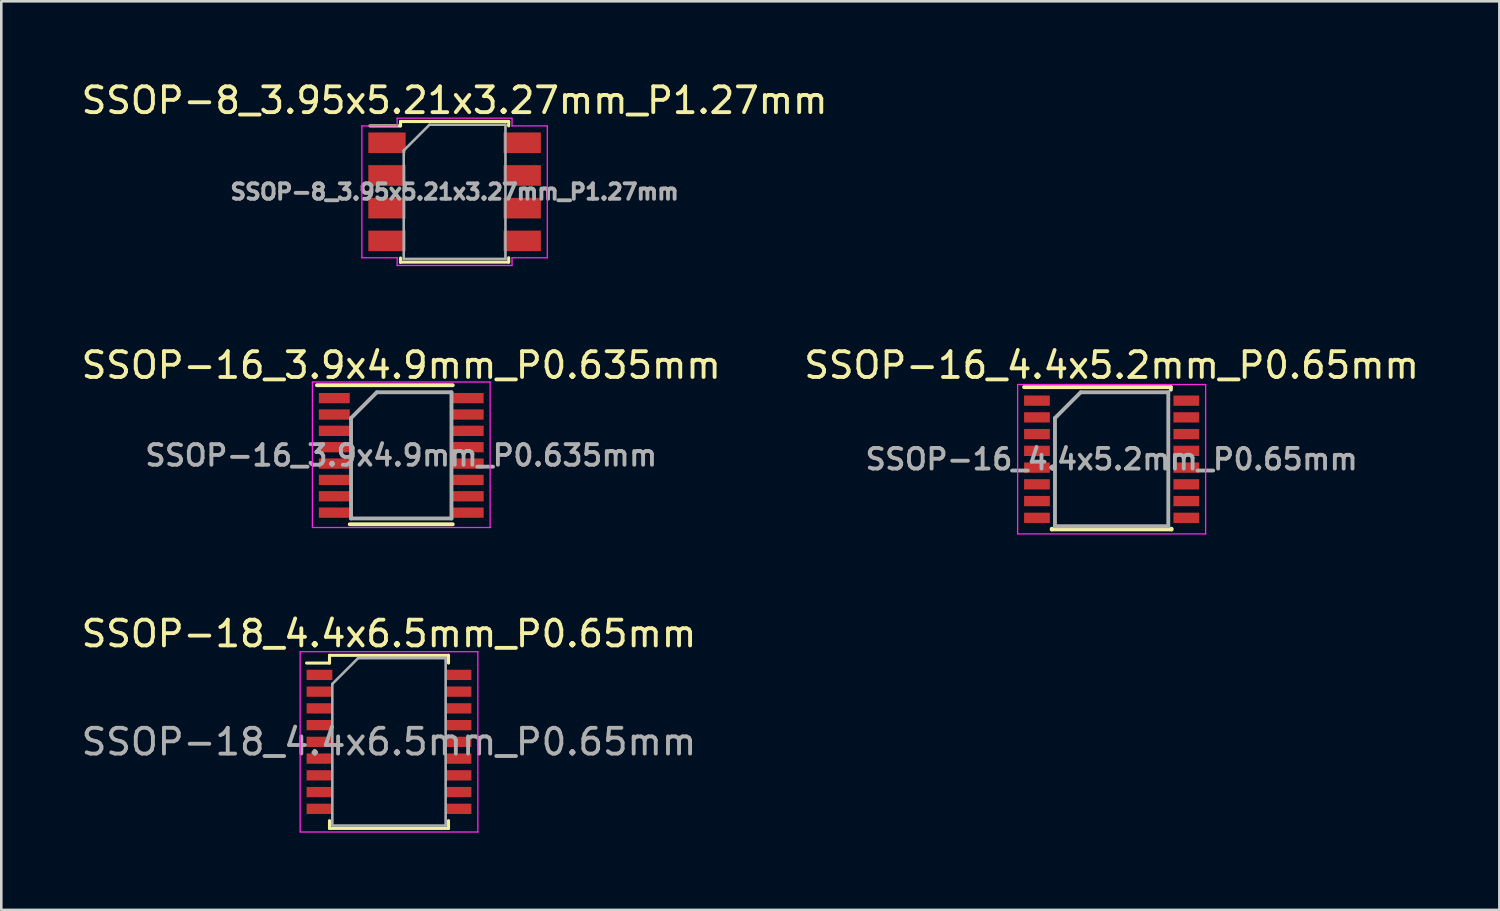
<source format=kicad_pcb>
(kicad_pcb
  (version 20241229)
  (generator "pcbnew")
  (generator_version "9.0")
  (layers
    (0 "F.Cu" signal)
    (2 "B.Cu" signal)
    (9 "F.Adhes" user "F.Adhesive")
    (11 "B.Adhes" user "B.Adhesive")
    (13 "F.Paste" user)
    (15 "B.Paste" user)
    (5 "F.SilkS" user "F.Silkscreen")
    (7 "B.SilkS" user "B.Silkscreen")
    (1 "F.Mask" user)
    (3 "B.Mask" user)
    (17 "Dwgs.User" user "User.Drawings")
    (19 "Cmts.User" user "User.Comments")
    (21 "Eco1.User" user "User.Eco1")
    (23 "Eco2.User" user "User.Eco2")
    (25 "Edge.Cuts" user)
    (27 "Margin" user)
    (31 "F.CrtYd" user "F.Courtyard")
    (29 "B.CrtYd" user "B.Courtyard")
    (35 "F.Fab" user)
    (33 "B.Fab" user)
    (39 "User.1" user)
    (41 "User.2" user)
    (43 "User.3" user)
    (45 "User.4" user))
  (footprint "SSOP-8_3.95x5.21x3.27mm_P1.27mm"
    (layer "F.Cu")
    (at 14.601 4.398)
    (property "Reference" "SSOP-8_3.95x5.21x3.27mm_P1.27mm" (at 0 -3.55 0) (layer "F.SilkS") (effects (font (size 1 1) (thickness 0.15))))
    (attr smd)
    (fp_line (start -2.1 -2.73) (end -2.1 -2.56) (stroke (width 0.12) (type solid)) (layer "F.SilkS"))
    (fp_line (start -2.1 -2.56) (end -3.29 -2.56) (stroke (width 0.12) (type solid)) (layer "F.SilkS"))
    (fp_line (start -2.1 2.57) (end -2.1 2.74) (stroke (width 0.12) (type solid)) (layer "F.SilkS"))
    (fp_line (start 2.1 -2.73) (end -2.1 -2.73) (stroke (width 0.12) (type solid)) (layer "F.SilkS"))
    (fp_line (start 2.1 -2.73) (end 2.1 -2.56) (stroke (width 0.12) (type solid)) (layer "F.SilkS"))
    (fp_line (start 2.1 2.56) (end 2.1 2.73) (stroke (width 0.12) (type solid)) (layer "F.SilkS"))
    (fp_line (start 2.1 2.73) (end -2.1 2.73) (stroke (width 0.12) (type solid)) (layer "F.SilkS"))
    (fp_line (start -3.6 -2.56) (end -2.23 -2.56) (stroke (width 0.05) (type solid)) (layer "F.CrtYd"))
    (fp_line (start -3.6 2.56) (end -3.6 -2.56) (stroke (width 0.05) (type solid)) (layer "F.CrtYd"))
    (fp_line (start -3.6 2.56) (end -2.23 2.56) (stroke (width 0.05) (type solid)) (layer "F.CrtYd"))
    (fp_line (start -2.23 -2.86) (end 2.23 -2.86) (stroke (width 0.05) (type solid)) (layer "F.CrtYd"))
    (fp_line (start -2.23 -2.56) (end -2.23 -2.86) (stroke (width 0.05) (type solid)) (layer "F.CrtYd"))
    (fp_line (start -2.23 2.86) (end -2.23 2.56) (stroke (width 0.05) (type solid)) (layer "F.CrtYd"))
    (fp_line (start 2.23 -2.56) (end 3.6 -2.56) (stroke (width 0.05) (type solid)) (layer "F.CrtYd"))
    (fp_line (start 2.23 -2.55) (end 2.23 -2.85) (stroke (width 0.05) (type solid)) (layer "F.CrtYd"))
    (fp_line (start 2.23 2.56) (end 3.6 2.56) (stroke (width 0.05) (type solid)) (layer "F.CrtYd"))
    (fp_line (start 2.23 2.86) (end -2.23 2.86) (stroke (width 0.05) (type solid)) (layer "F.CrtYd"))
    (fp_line (start 2.23 2.86) (end 2.23 2.56) (stroke (width 0.05) (type solid)) (layer "F.CrtYd"))
    (fp_line (start 3.6 2.56) (end 3.6 -2.56) (stroke (width 0.05) (type solid)) (layer "F.CrtYd"))
    (fp_line (start -1.975 2.605) (end -1.975 -1.605) (stroke (width 0.1) (type solid)) (layer "F.Fab"))
    (fp_line (start -0.975 -2.605) (end -1.975 -1.605) (stroke (width 0.1) (type solid)) (layer "F.Fab"))
    (fp_line (start -0.975 -2.605) (end 1.975 -2.605) (stroke (width 0.1) (type solid)) (layer "F.Fab"))
    (fp_line (start 1.975 -2.605) (end 1.975 2.605) (stroke (width 0.1) (type solid)) (layer "F.Fab"))
    (fp_line (start 1.975 2.605) (end -1.975 2.605) (stroke (width 0.1) (type solid)) (layer "F.Fab"))
    (fp_text user "${REFERENCE}" (at 0 0 0) (layer "F.Fab") (effects (font (size 0.6 0.6) (thickness 0.15))))
    (pad "1" smd rect (at -2.625 -1.905) (size 1.45 0.8) (layers "F.Cu" "F.Mask" "F.Paste"))
    (pad "2" smd rect (at -2.625 -0.635) (size 1.45 0.8) (layers "F.Cu" "F.Mask" "F.Paste"))
    (pad "3" smd rect (at -2.625 0.635) (size 1.45 0.8) (layers "F.Cu" "F.Mask" "F.Paste"))
    (pad "4" smd rect (at -2.625 1.905) (size 1.45 0.8) (layers "F.Cu" "F.Mask" "F.Paste"))
    (pad "5" smd rect (at 2.625 1.905) (size 1.45 0.8) (layers "F.Cu" "F.Mask" "F.Paste"))
    (pad "6" smd rect (at 2.625 0.635) (size 1.45 0.8) (layers "F.Cu" "F.Mask" "F.Paste"))
    (pad "7" smd rect (at 2.625 -0.635) (size 1.45 0.8) (layers "F.Cu" "F.Mask" "F.Paste"))
    (pad "8" smd rect (at 2.625 -1.905) (size 1.45 0.8) (layers "F.Cu" "F.Mask" "F.Paste")))
  (footprint "SSOP-16_3.9x4.9mm_P0.635mm"
    (layer "F.Cu")
    (at 12.53 14.632)
    (property "Reference" "SSOP-16_3.9x4.9mm_P0.635mm" (at 0 -3.5 0) (layer "F.SilkS") (effects (font (size 1 1) (thickness 0.15))))
    (attr smd)
    (fp_line (start -3.275 -2.725) (end 2 -2.725) (stroke (width 0.15) (type solid)) (layer "F.SilkS"))
    (fp_line (start -2 2.675) (end 2 2.675) (stroke (width 0.15) (type solid)) (layer "F.SilkS"))
    (fp_line (start -3.45 -2.85) (end -3.45 2.8) (stroke (width 0.05) (type solid)) (layer "F.CrtYd"))
    (fp_line (start -3.45 -2.85) (end 3.45 -2.85) (stroke (width 0.05) (type solid)) (layer "F.CrtYd"))
    (fp_line (start -3.45 2.8) (end 3.45 2.8) (stroke (width 0.05) (type solid)) (layer "F.CrtYd"))
    (fp_line (start 3.45 -2.85) (end 3.45 2.8) (stroke (width 0.05) (type solid)) (layer "F.CrtYd"))
    (fp_line (start -1.95 -1.45) (end -0.95 -2.45) (stroke (width 0.15) (type solid)) (layer "F.Fab"))
    (fp_line (start -1.95 2.45) (end -1.95 -1.45) (stroke (width 0.15) (type solid)) (layer "F.Fab"))
    (fp_line (start -0.95 -2.45) (end 1.95 -2.45) (stroke (width 0.15) (type solid)) (layer "F.Fab"))
    (fp_line (start 1.95 -2.45) (end 1.95 2.45) (stroke (width 0.15) (type solid)) (layer "F.Fab"))
    (fp_line (start 1.95 2.45) (end -1.95 2.45) (stroke (width 0.15) (type solid)) (layer "F.Fab"))
    (fp_text user "${REFERENCE}" (at 0 0 0) (layer "F.Fab") (effects (font (size 0.8 0.8) (thickness 0.15))))
    (pad "1" smd rect (at -2.6 -2.223) (size 1.2 0.4) (layers "F.Cu" "F.Mask" "F.Paste"))
    (pad "2" smd rect (at -2.6 -1.587) (size 1.2 0.4) (layers "F.Cu" "F.Mask" "F.Paste"))
    (pad "3" smd rect (at -2.6 -0.953) (size 1.2 0.4) (layers "F.Cu" "F.Mask" "F.Paste"))
    (pad "4" smd rect (at -2.6 -0.318) (size 1.2 0.4) (layers "F.Cu" "F.Mask" "F.Paste"))
    (pad "5" smd rect (at -2.6 0.318) (size 1.2 0.4) (layers "F.Cu" "F.Mask" "F.Paste"))
    (pad "6" smd rect (at -2.6 0.953) (size 1.2 0.4) (layers "F.Cu" "F.Mask" "F.Paste"))
    (pad "7" smd rect (at -2.6 1.587) (size 1.2 0.4) (layers "F.Cu" "F.Mask" "F.Paste"))
    (pad "8" smd rect (at -2.6 2.223) (size 1.2 0.4) (layers "F.Cu" "F.Mask" "F.Paste"))
    (pad "9" smd rect (at 2.6 2.223) (size 1.2 0.4) (layers "F.Cu" "F.Mask" "F.Paste"))
    (pad "10" smd rect (at 2.6 1.587) (size 1.2 0.4) (layers "F.Cu" "F.Mask" "F.Paste"))
    (pad "11" smd rect (at 2.6 0.953) (size 1.2 0.4) (layers "F.Cu" "F.Mask" "F.Paste"))
    (pad "12" smd rect (at 2.6 0.318) (size 1.2 0.4) (layers "F.Cu" "F.Mask" "F.Paste"))
    (pad "13" smd rect (at 2.6 -0.318) (size 1.2 0.4) (layers "F.Cu" "F.Mask" "F.Paste"))
    (pad "14" smd rect (at 2.6 -0.953) (size 1.2 0.4) (layers "F.Cu" "F.Mask" "F.Paste"))
    (pad "15" smd rect (at 2.6 -1.587) (size 1.2 0.4) (layers "F.Cu" "F.Mask" "F.Paste"))
    (pad "16" smd rect (at 2.6 -2.223) (size 1.2 0.4) (layers "F.Cu" "F.Mask" "F.Paste")))
  (footprint "SSOP-16_4.4x5.2mm_P0.65mm"
    (layer "F.Cu")
    (at 40.113 14.781)
    (property "Reference" "SSOP-16_4.4x5.2mm_P0.65mm" (at 0 -3.65 0) (layer "F.SilkS") (effects (font (size 1 1) (thickness 0.15))))
    (attr smd)
    (fp_line (start -3.4 -2.8) (end 2.3 -2.8) (stroke (width 0.15) (type solid)) (layer "F.SilkS"))
    (fp_line (start -2.325 2.725) (end -2.325 2.7) (stroke (width 0.15) (type solid)) (layer "F.SilkS"))
    (fp_line (start -2.325 2.725) (end 2.325 2.725) (stroke (width 0.15) (type solid)) (layer "F.SilkS"))
    (fp_line (start 2.3 -2.8) (end 2.3 -2.7) (stroke (width 0.15) (type solid)) (layer "F.SilkS"))
    (fp_line (start 2.325 2.725) (end 2.325 2.7) (stroke (width 0.15) (type solid)) (layer "F.SilkS"))
    (fp_line (start -3.65 -2.9) (end -3.65 2.9) (stroke (width 0.05) (type solid)) (layer "F.CrtYd"))
    (fp_line (start -3.65 -2.9) (end 3.65 -2.9) (stroke (width 0.05) (type solid)) (layer "F.CrtYd"))
    (fp_line (start -3.65 2.9) (end 3.65 2.9) (stroke (width 0.05) (type solid)) (layer "F.CrtYd"))
    (fp_line (start 3.65 -2.9) (end 3.65 2.9) (stroke (width 0.05) (type solid)) (layer "F.CrtYd"))
    (fp_line (start -2.2 -1.6) (end -1.2 -2.6) (stroke (width 0.15) (type solid)) (layer "F.Fab"))
    (fp_line (start -2.2 2.6) (end -2.2 -1.6) (stroke (width 0.15) (type solid)) (layer "F.Fab"))
    (fp_line (start -1.2 -2.6) (end 2.2 -2.6) (stroke (width 0.15) (type solid)) (layer "F.Fab"))
    (fp_line (start 2.2 -2.6) (end 2.2 2.6) (stroke (width 0.15) (type solid)) (layer "F.Fab"))
    (fp_line (start 2.2 2.6) (end -2.2 2.6) (stroke (width 0.15) (type solid)) (layer "F.Fab"))
    (fp_text user "${REFERENCE}" (at 0 0 0) (layer "F.Fab") (effects (font (size 0.8 0.8) (thickness 0.15))))
    (pad "1" smd rect (at -2.9 -2.275) (size 1 0.4) (layers "F.Cu" "F.Mask" "F.Paste"))
    (pad "2" smd rect (at -2.9 -1.625) (size 1 0.4) (layers "F.Cu" "F.Mask" "F.Paste"))
    (pad "3" smd rect (at -2.9 -0.975) (size 1 0.4) (layers "F.Cu" "F.Mask" "F.Paste"))
    (pad "4" smd rect (at -2.9 -0.325) (size 1 0.4) (layers "F.Cu" "F.Mask" "F.Paste"))
    (pad "5" smd rect (at -2.9 0.325) (size 1 0.4) (layers "F.Cu" "F.Mask" "F.Paste"))
    (pad "6" smd rect (at -2.9 0.975) (size 1 0.4) (layers "F.Cu" "F.Mask" "F.Paste"))
    (pad "7" smd rect (at -2.9 1.625) (size 1 0.4) (layers "F.Cu" "F.Mask" "F.Paste"))
    (pad "8" smd rect (at -2.9 2.275) (size 1 0.4) (layers "F.Cu" "F.Mask" "F.Paste"))
    (pad "9" smd rect (at 2.9 2.275) (size 1 0.4) (layers "F.Cu" "F.Mask" "F.Paste"))
    (pad "10" smd rect (at 2.9 1.625) (size 1 0.4) (layers "F.Cu" "F.Mask" "F.Paste"))
    (pad "11" smd rect (at 2.9 0.975) (size 1 0.4) (layers "F.Cu" "F.Mask" "F.Paste"))
    (pad "12" smd rect (at 2.9 0.325) (size 1 0.4) (layers "F.Cu" "F.Mask" "F.Paste"))
    (pad "13" smd rect (at 2.9 -0.325) (size 1 0.4) (layers "F.Cu" "F.Mask" "F.Paste"))
    (pad "14" smd rect (at 2.9 -0.975) (size 1 0.4) (layers "F.Cu" "F.Mask" "F.Paste"))
    (pad "15" smd rect (at 2.9 -1.625) (size 1 0.4) (layers "F.Cu" "F.Mask" "F.Paste"))
    (pad "16" smd rect (at 2.9 -2.275) (size 1 0.4) (layers "F.Cu" "F.Mask" "F.Paste")))
  (footprint "SSOP-18_4.4x6.5mm_P0.65mm"
    (layer "F.Cu")
    (at 12.054 25.755)
    (property "Reference" "SSOP-18_4.4x6.5mm_P0.65mm" (at 0 -4.2 0) (layer "F.SilkS") (effects (font (size 1 1) (thickness 0.15))))
    (attr smd)
    (fp_line (start -3.2 -3.06) (end -2.31 -3.06) (stroke (width 0.12) (type solid)) (layer "F.SilkS"))
    (fp_line (start -2.31 -3.36) (end 2.31 -3.36) (stroke (width 0.12) (type solid)) (layer "F.SilkS"))
    (fp_line (start -2.31 -3.06) (end -2.31 -3.36) (stroke (width 0.12) (type solid)) (layer "F.SilkS"))
    (fp_line (start -2.31 3.06) (end -2.31 3.36) (stroke (width 0.12) (type solid)) (layer "F.SilkS"))
    (fp_line (start -2.31 3.36) (end 2.31 3.36) (stroke (width 0.12) (type solid)) (layer "F.SilkS"))
    (fp_line (start 2.31 -3.36) (end 2.31 -3.06) (stroke (width 0.12) (type solid)) (layer "F.SilkS"))
    (fp_line (start 2.31 3.36) (end 2.31 3.06) (stroke (width 0.12) (type solid)) (layer "F.SilkS"))
    (fp_line (start -3.45 -3.5) (end 3.45 -3.5) (stroke (width 0.05) (type solid)) (layer "F.CrtYd"))
    (fp_line (start -3.45 3.5) (end -3.45 -3.5) (stroke (width 0.05) (type solid)) (layer "F.CrtYd"))
    (fp_line (start 3.45 -3.5) (end 3.45 3.5) (stroke (width 0.05) (type solid)) (layer "F.CrtYd"))
    (fp_line (start 3.45 3.5) (end -3.45 3.5) (stroke (width 0.05) (type solid)) (layer "F.CrtYd"))
    (fp_line (start -2.2 -2.25) (end -1.2 -3.25) (stroke (width 0.1) (type solid)) (layer "F.Fab"))
    (fp_line (start -2.2 3.25) (end -2.2 -2.25) (stroke (width 0.1) (type solid)) (layer "F.Fab"))
    (fp_line (start -1.2 -3.25) (end 2.2 -3.25) (stroke (width 0.1) (type solid)) (layer "F.Fab"))
    (fp_line (start 2.2 -3.25) (end 2.2 3.25) (stroke (width 0.1) (type solid)) (layer "F.Fab"))
    (fp_line (start 2.2 3.25) (end -2.2 3.25) (stroke (width 0.1) (type solid)) (layer "F.Fab"))
    (fp_text user "${REFERENCE}" (at 0 0 0) (layer "F.Fab") (effects (font (size 1 1) (thickness 0.15))))
    (pad "1" smd rect (at -2.7 -2.6) (size 1 0.4) (layers "F.Cu" "F.Mask" "F.Paste"))
    (pad "2" smd rect (at -2.7 -1.95) (size 1 0.4) (layers "F.Cu" "F.Mask" "F.Paste"))
    (pad "3" smd rect (at -2.7 -1.3) (size 1 0.4) (layers "F.Cu" "F.Mask" "F.Paste"))
    (pad "4" smd rect (at -2.7 -0.65) (size 1 0.4) (layers "F.Cu" "F.Mask" "F.Paste"))
    (pad "5" smd rect (at -2.7 0) (size 1 0.4) (layers "F.Cu" "F.Mask" "F.Paste"))
    (pad "6" smd rect (at -2.7 0.65) (size 1 0.4) (layers "F.Cu" "F.Mask" "F.Paste"))
    (pad "7" smd rect (at -2.7 1.3) (size 1 0.4) (layers "F.Cu" "F.Mask" "F.Paste"))
    (pad "8" smd rect (at -2.7 1.95) (size 1 0.4) (layers "F.Cu" "F.Mask" "F.Paste"))
    (pad "9" smd rect (at -2.7 2.6) (size 1 0.4) (layers "F.Cu" "F.Mask" "F.Paste"))
    (pad "10" smd rect (at 2.7 2.6) (size 1 0.4) (layers "F.Cu" "F.Mask" "F.Paste"))
    (pad "11" smd rect (at 2.7 1.95) (size 1 0.4) (layers "F.Cu" "F.Mask" "F.Paste"))
    (pad "12" smd rect (at 2.7 1.3) (size 1 0.4) (layers "F.Cu" "F.Mask" "F.Paste"))
    (pad "13" smd rect (at 2.7 0.65) (size 1 0.4) (layers "F.Cu" "F.Mask" "F.Paste"))
    (pad "14" smd rect (at 2.7 0) (size 1 0.4) (layers "F.Cu" "F.Mask" "F.Paste"))
    (pad "15" smd rect (at 2.7 -0.65) (size 1 0.4) (layers "F.Cu" "F.Mask" "F.Paste"))
    (pad "16" smd rect (at 2.7 -1.3) (size 1 0.4) (layers "F.Cu" "F.Mask" "F.Paste"))
    (pad "17" smd rect (at 2.7 -1.95) (size 1 0.4) (layers "F.Cu" "F.Mask" "F.Paste"))
    (pad "18" smd rect (at 2.7 -2.6) (size 1 0.4) (layers "F.Cu" "F.Mask" "F.Paste")))
  (gr_rect
    (start -3 -3)
    (end 55.167 32.28)
    (stroke (width 0.1) (type default))
    (fill no)
    (layer "Edge.Cuts")))
</source>
